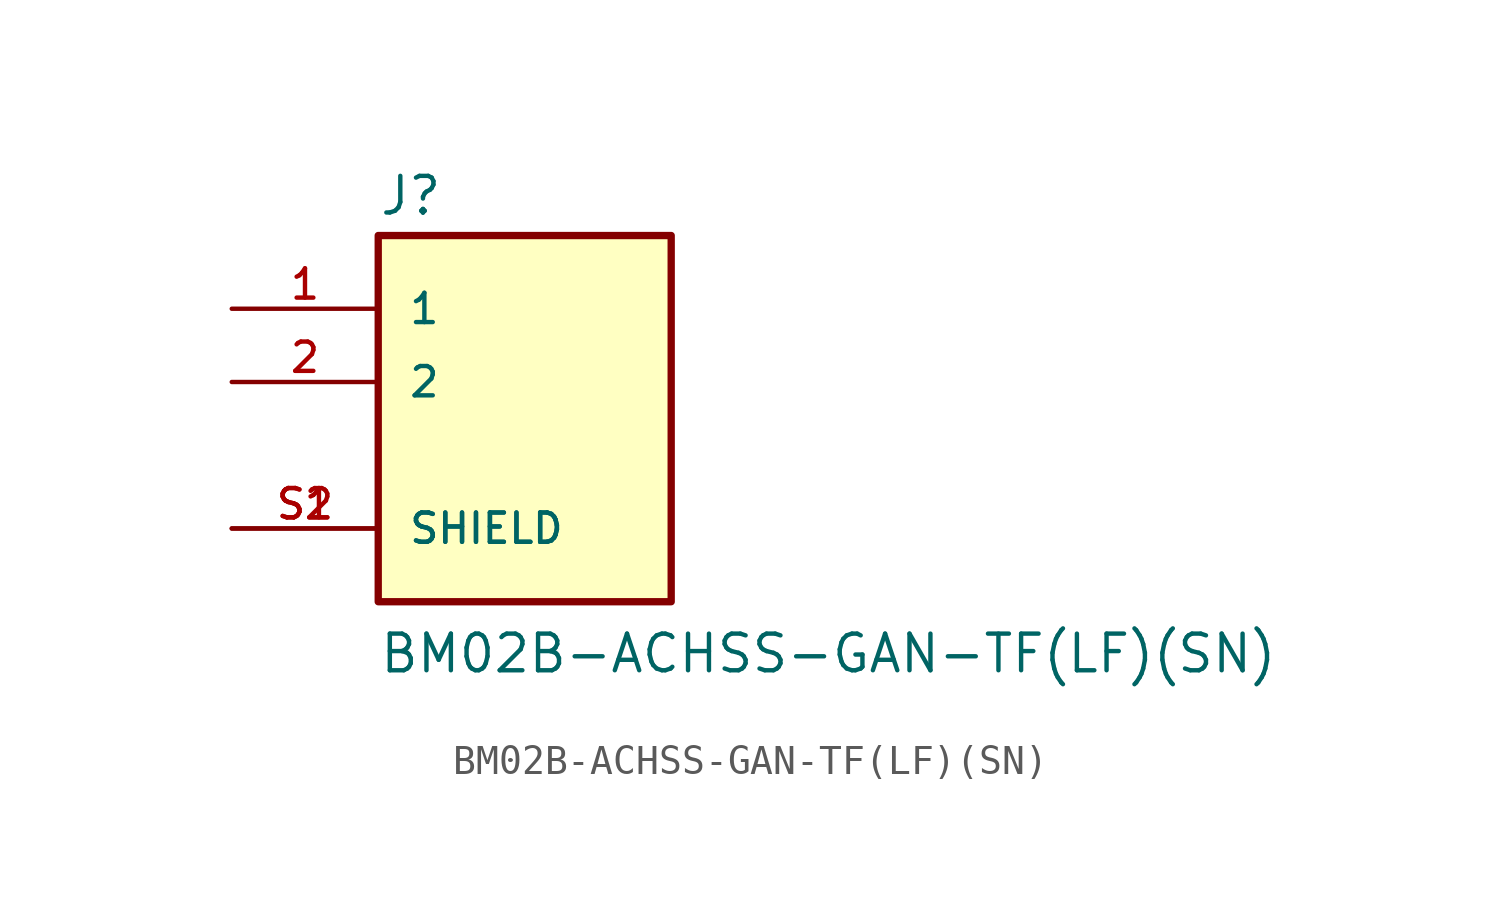
<source format=kicad_sym>
(kicad_symbol_lib
  (version 20211014)
  (generator kicad_symbol_editor)
  (symbol "BM02B-ACHSS-GAN-TF(LF)(SN)"
    (pin_names
      (offset 1.016))
    (property "Reference" "J"
      (at -5.08 8.255 0)
      (effects (font (size 1.27 1.27)) (justify bottom left)))
    (property "Value" "BM02B-ACHSS-GAN-TF(LF)(SN)"
      (at -5.08 -7.62 0)
      (effects (font (size 1.27 1.27)) (justify bottom left)))
    (symbol "BM02B-ACHSS-GAN-TF(LF)(SN)_0_0"
      (rectangle (start -5.08 -5.08) (end 5.08 7.62) (stroke (width 0.254)) (fill (type background)))
      (pin passive line (at -10.16 5.08 0) (length 5.08) (name "1" (effects (font (size 1.016 1.016)))) (number "1" (effects (font (size 1.016 1.016)))))
      (pin passive line (at -10.16 2.54 0) (length 5.08) (name "2" (effects (font (size 1.016 1.016)))) (number "2" (effects (font (size 1.016 1.016)))))
      (pin passive line (at -10.16 -2.54 0) (length 5.08) (name "SHIELD" (effects (font (size 1.016 1.016)))) (number "S1" (effects (font (size 1.016 1.016)))))
      (pin passive line (at -10.16 -2.54 0) (length 5.08) (name "SHIELD" (effects (font (size 1.016 1.016)))) (number "S2" (effects (font (size 1.016 1.016))))))))
</source>
